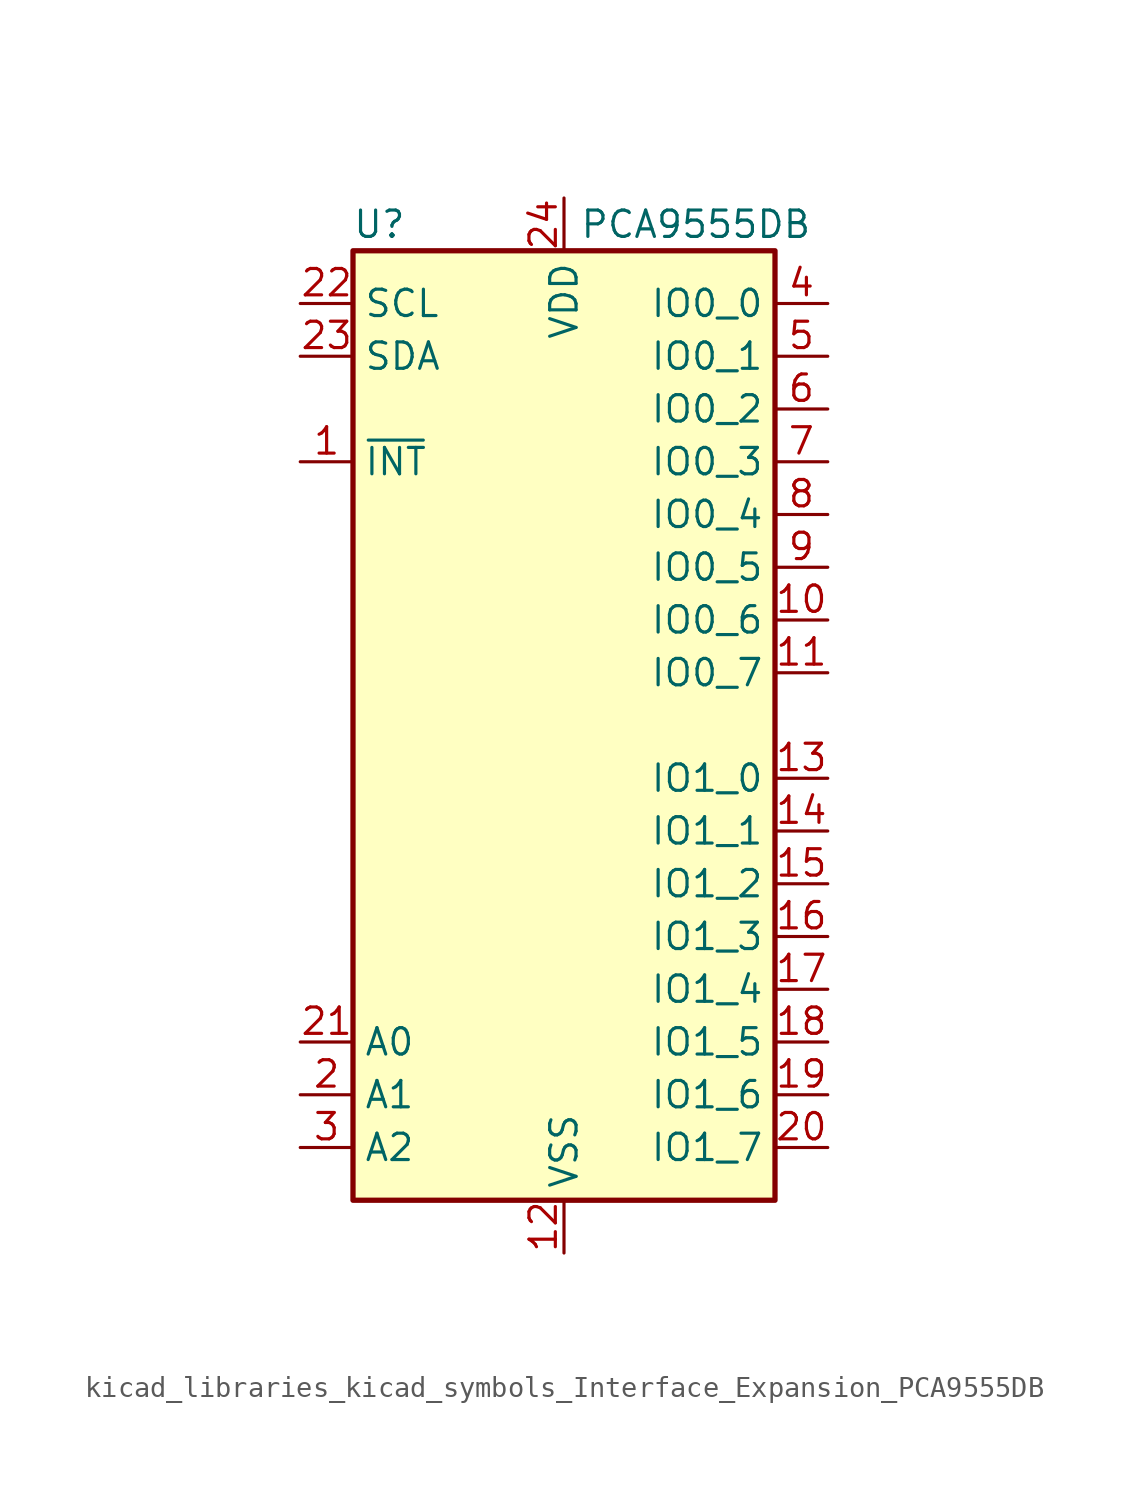
<source format=kicad_sym>
(kicad_symbol_lib
  (version 20220914)
  (generator kicad_symbol_editor)
  (symbol "kicad_libraries_kicad_symbols_Interface_Expansion_PCA9555DB"
    (property "Reference" "U"
      (at -8.89 24.13 0)
      (effects (font (size 1.27 1.27))))
    (property "Value" "PCA9555DB"
      (at 6.35 24.13 0)
      (effects (font (size 1.27 1.27))))
    (symbol "kicad_libraries_kicad_symbols_Interface_Expansion_PCA9555DB_0_1"
      (rectangle (start -10.16 22.86) (end 10.16 -22.86) (stroke (width 0.254) (type default)) (fill (type background))))
    (symbol "kicad_libraries_kicad_symbols_Interface_Expansion_PCA9555DB_1_1"
      (pin open_collector line (at -12.7 12.7 0) (length 2.54) (name "~{INT}" (effects (font (size 1.27 1.27)))) (number "1" (effects (font (size 1.27 1.27)))))
      (pin bidirectional line (at 12.7 5.08 180) (length 2.54) (name "IO0_6" (effects (font (size 1.27 1.27)))) (number "10" (effects (font (size 1.27 1.27)))))
      (pin bidirectional line (at 12.7 2.54 180) (length 2.54) (name "IO0_7" (effects (font (size 1.27 1.27)))) (number "11" (effects (font (size 1.27 1.27)))))
      (pin power_in line (at 0 -25.4 90) (length 2.54) (name "VSS" (effects (font (size 1.27 1.27)))) (number "12" (effects (font (size 1.27 1.27)))))
      (pin bidirectional line (at 12.7 -2.54 180) (length 2.54) (name "IO1_0" (effects (font (size 1.27 1.27)))) (number "13" (effects (font (size 1.27 1.27)))))
      (pin bidirectional line (at 12.7 -5.08 180) (length 2.54) (name "IO1_1" (effects (font (size 1.27 1.27)))) (number "14" (effects (font (size 1.27 1.27)))))
      (pin bidirectional line (at 12.7 -7.62 180) (length 2.54) (name "IO1_2" (effects (font (size 1.27 1.27)))) (number "15" (effects (font (size 1.27 1.27)))))
      (pin bidirectional line (at 12.7 -10.16 180) (length 2.54) (name "IO1_3" (effects (font (size 1.27 1.27)))) (number "16" (effects (font (size 1.27 1.27)))))
      (pin bidirectional line (at 12.7 -12.7 180) (length 2.54) (name "IO1_4" (effects (font (size 1.27 1.27)))) (number "17" (effects (font (size 1.27 1.27)))))
      (pin bidirectional line (at 12.7 -15.24 180) (length 2.54) (name "IO1_5" (effects (font (size 1.27 1.27)))) (number "18" (effects (font (size 1.27 1.27)))))
      (pin bidirectional line (at 12.7 -17.78 180) (length 2.54) (name "IO1_6" (effects (font (size 1.27 1.27)))) (number "19" (effects (font (size 1.27 1.27)))))
      (pin input line (at -12.7 -17.78 0) (length 2.54) (name "A1" (effects (font (size 1.27 1.27)))) (number "2" (effects (font (size 1.27 1.27)))))
      (pin bidirectional line (at 12.7 -20.32 180) (length 2.54) (name "IO1_7" (effects (font (size 1.27 1.27)))) (number "20" (effects (font (size 1.27 1.27)))))
      (pin input line (at -12.7 -15.24 0) (length 2.54) (name "A0" (effects (font (size 1.27 1.27)))) (number "21" (effects (font (size 1.27 1.27)))))
      (pin input line (at -12.7 20.32 0) (length 2.54) (name "SCL" (effects (font (size 1.27 1.27)))) (number "22" (effects (font (size 1.27 1.27)))))
      (pin bidirectional line (at -12.7 17.78 0) (length 2.54) (name "SDA" (effects (font (size 1.27 1.27)))) (number "23" (effects (font (size 1.27 1.27)))))
      (pin power_in line (at 0 25.4 270) (length 2.54) (name "VDD" (effects (font (size 1.27 1.27)))) (number "24" (effects (font (size 1.27 1.27)))))
      (pin input line (at -12.7 -20.32 0) (length 2.54) (name "A2" (effects (font (size 1.27 1.27)))) (number "3" (effects (font (size 1.27 1.27)))))
      (pin bidirectional line (at 12.7 20.32 180) (length 2.54) (name "IO0_0" (effects (font (size 1.27 1.27)))) (number "4" (effects (font (size 1.27 1.27)))))
      (pin bidirectional line (at 12.7 17.78 180) (length 2.54) (name "IO0_1" (effects (font (size 1.27 1.27)))) (number "5" (effects (font (size 1.27 1.27)))))
      (pin bidirectional line (at 12.7 15.24 180) (length 2.54) (name "IO0_2" (effects (font (size 1.27 1.27)))) (number "6" (effects (font (size 1.27 1.27)))))
      (pin bidirectional line (at 12.7 12.7 180) (length 2.54) (name "IO0_3" (effects (font (size 1.27 1.27)))) (number "7" (effects (font (size 1.27 1.27)))))
      (pin bidirectional line (at 12.7 10.16 180) (length 2.54) (name "IO0_4" (effects (font (size 1.27 1.27)))) (number "8" (effects (font (size 1.27 1.27)))))
      (pin bidirectional line (at 12.7 7.62 180) (length 2.54) (name "IO0_5" (effects (font (size 1.27 1.27)))) (number "9" (effects (font (size 1.27 1.27))))))))
</source>
